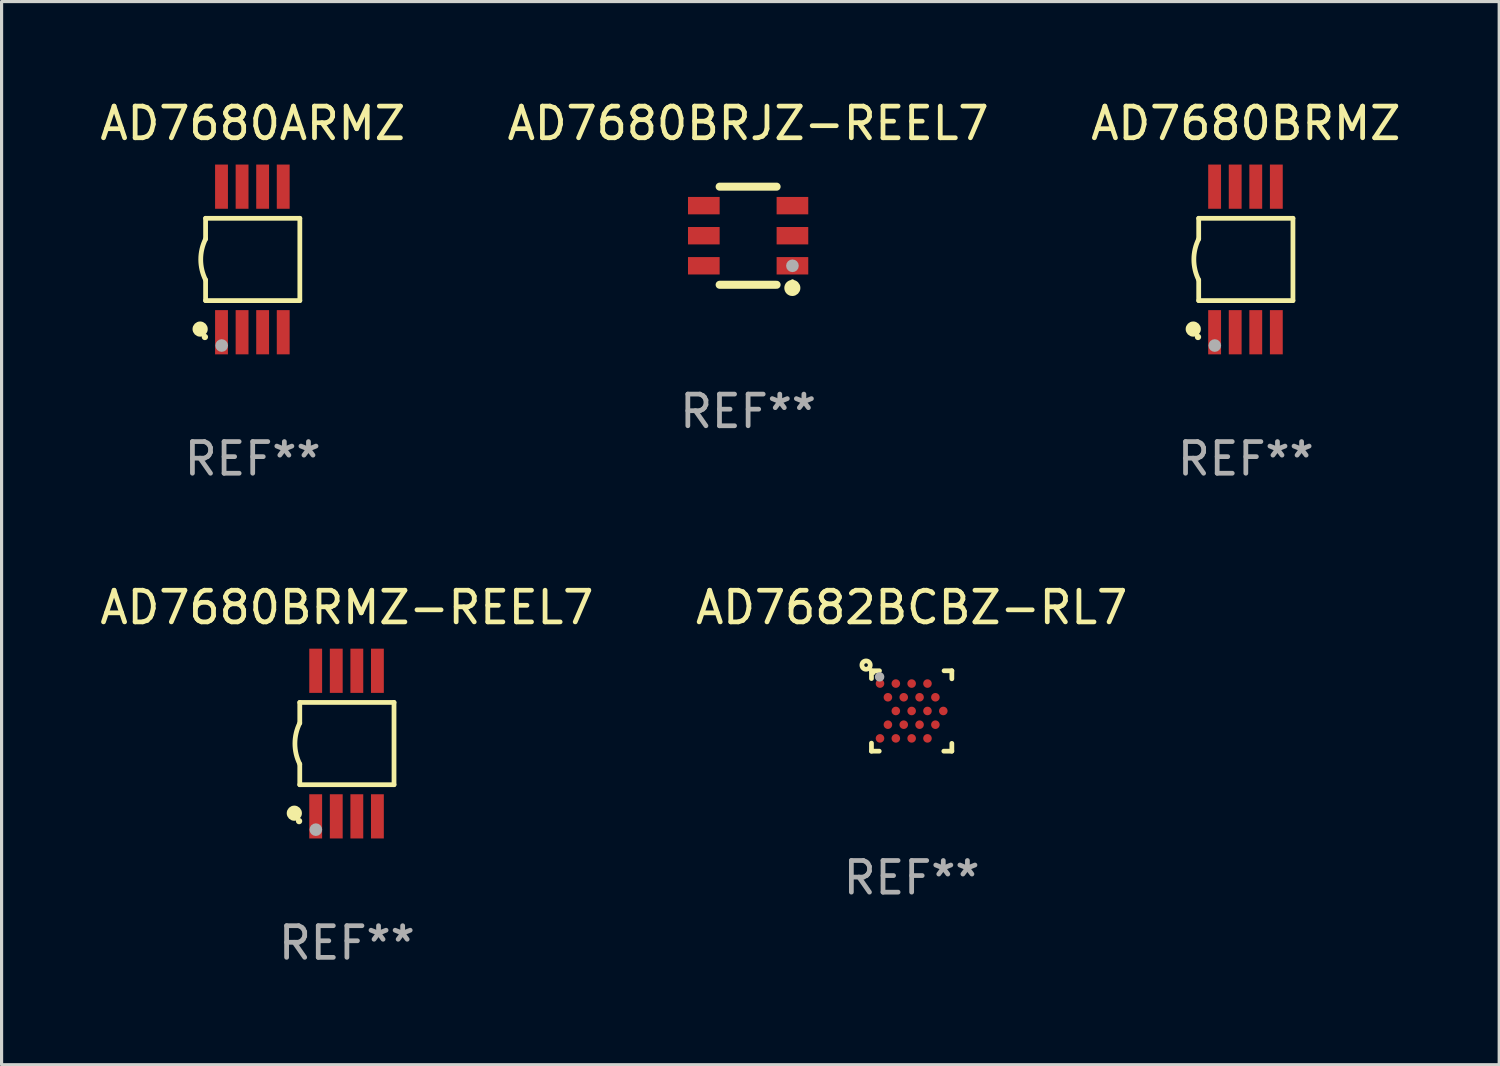
<source format=kicad_pcb>
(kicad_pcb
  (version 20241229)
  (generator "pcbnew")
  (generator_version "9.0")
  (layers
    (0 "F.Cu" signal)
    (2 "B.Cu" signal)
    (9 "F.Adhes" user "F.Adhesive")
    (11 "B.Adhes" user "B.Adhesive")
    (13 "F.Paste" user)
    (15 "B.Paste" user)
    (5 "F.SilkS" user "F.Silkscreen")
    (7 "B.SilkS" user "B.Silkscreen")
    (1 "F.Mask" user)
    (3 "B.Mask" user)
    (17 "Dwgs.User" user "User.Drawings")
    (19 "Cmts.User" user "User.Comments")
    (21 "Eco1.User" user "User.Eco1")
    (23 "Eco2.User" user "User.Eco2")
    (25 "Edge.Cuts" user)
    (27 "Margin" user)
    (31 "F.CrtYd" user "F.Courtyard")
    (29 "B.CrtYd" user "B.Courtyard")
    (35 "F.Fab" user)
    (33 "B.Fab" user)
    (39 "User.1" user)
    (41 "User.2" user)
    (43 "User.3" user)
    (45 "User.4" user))
  (footprint "AD7680BRMZ"
    (layer "F.Cu")
    (at 36.315 5.148)
    (property "Reference" "AD7680BRMZ" (at 0 -4.3 0) (layer "F.SilkS") (effects (font (size 1 1) (thickness 0.15))))
    (attr through_hole)
    (fp_line (start -1.489 -1.3) (end -1.489 -0.648) (stroke (width 0.15) (type solid)) (layer "F.SilkS"))
    (fp_line (start -1.489 0.648) (end -1.489 1.3) (stroke (width 0.15) (type solid)) (layer "F.SilkS"))
    (fp_line (start -1.489 1.3) (end 1.489 1.3) (stroke (width 0.15) (type solid)) (layer "F.SilkS"))
    (fp_line (start 1.489 -1.3) (end -1.489 -1.3) (stroke (width 0.15) (type solid)) (layer "F.SilkS"))
    (fp_line (start 1.489 1.3) (end 1.489 -1.3) (stroke (width 0.15) (type solid)) (layer "F.SilkS"))
    (fp_arc (start -1.489205 0.647702) (mid -1.642107 0) (end -1.489205 -0.647701) (stroke (width 0.150013) (type solid)) (layer "F.SilkS"))
    (fp_circle (center -1.661 2.2) (end -1.541 2.2) (stroke (width 0.24) (type solid)) (fill no) (layer "F.SilkS"))
    (fp_circle (center -1.511 2.45) (end -1.461 2.45) (stroke (width 0.1) (type solid)) (fill no) (layer "F.SilkS"))
    (fp_circle (center -0.981 2.72) (end -0.881 2.72) (stroke (width 0.2) (type solid)) (fill no) (layer "F.Fab"))
    (fp_text user "REF**" (at 0 6.3 0) (layer "F.Fab") (effects (font (size 1 1) (thickness 0.15))))
    (pad "1" smd rect (at -0.986 2.3) (size 0.406 1.397) (layers "F.Cu" "F.Mask" "F.Paste"))
    (pad "2" smd rect (at -0.336 2.3) (size 0.406 1.397) (layers "F.Cu" "F.Mask" "F.Paste"))
    (pad "3" smd rect (at 0.314 2.3) (size 0.406 1.397) (layers "F.Cu" "F.Mask" "F.Paste"))
    (pad "4" smd rect (at 0.964 2.3) (size 0.406 1.397) (layers "F.Cu" "F.Mask" "F.Paste"))
    (pad "5" smd rect (at 0.964 -2.3) (size 0.406 1.397) (layers "F.Cu" "F.Mask" "F.Paste"))
    (pad "6" smd rect (at 0.314 -2.3) (size 0.406 1.397) (layers "F.Cu" "F.Mask" "F.Paste"))
    (pad "7" smd rect (at -0.336 -2.3) (size 0.406 1.397) (layers "F.Cu" "F.Mask" "F.Paste"))
    (pad "8" smd rect (at -0.986 -2.3) (size 0.406 1.397) (layers "F.Cu" "F.Mask" "F.Paste")))
  (footprint "AD7682BCBZ-RL7"
    (layer "F.Cu")
    (at 25.756 19.415)
    (property "Reference" "AD7682BCBZ-RL7" (at 0 -3.27 0) (layer "F.SilkS") (effects (font (size 1 1) (thickness 0.15))))
    (attr through_hole)
    (fp_line (start -1.27 -1.27) (end -1.016 -1.27) (stroke (width 0.15) (type solid)) (layer "F.SilkS"))
    (fp_line (start -1.27 -1.024) (end -1.27 -1.27) (stroke (width 0.15) (type solid)) (layer "F.SilkS"))
    (fp_line (start -1.27 1.27) (end -1.27 1.016) (stroke (width 0.15) (type solid)) (layer "F.SilkS"))
    (fp_line (start -1.024 1.27) (end -1.27 1.27) (stroke (width 0.15) (type solid)) (layer "F.SilkS"))
    (fp_line (start 1.024 -1.27) (end 1.27 -1.27) (stroke (width 0.15) (type solid)) (layer "F.SilkS"))
    (fp_line (start 1.27 -1.27) (end 1.27 -1.016) (stroke (width 0.15) (type solid)) (layer "F.SilkS"))
    (fp_line (start 1.27 1.024) (end 1.27 1.27) (stroke (width 0.15) (type solid)) (layer "F.SilkS"))
    (fp_line (start 1.27 1.27) (end 1.016 1.27) (stroke (width 0.15) (type solid)) (layer "F.SilkS"))
    (fp_circle (center -1.44 -1.45) (end -1.383 -1.45) (stroke (width 0.15) (type solid)) (fill no) (layer "F.SilkS"))
    (fp_circle (center -1.2 -1.2) (end -1.17 -1.2) (stroke (width 0.06) (type solid)) (fill no) (layer "F.SilkS"))
    (fp_circle (center -1.012 -1.078) (end -0.937 -1.078) (stroke (width 0.15) (type solid)) (fill no) (layer "F.Fab"))
    (fp_text user "REF**" (at 0 5.27 0) (layer "F.Fab") (effects (font (size 1 1) (thickness 0.15))))
    (pad "A1" smd circle (at -1 -0.866) (size 0.27 0.27) (layers "F.Cu" "F.Mask" "F.Paste"))
    (pad "A3" smd circle (at -0.5 -0.866) (size 0.27 0.27) (layers "F.Cu" "F.Mask" "F.Paste"))
    (pad "A5" smd circle (at 0 -0.866) (size 0.27 0.27) (layers "F.Cu" "F.Mask" "F.Paste"))
    (pad "A7" smd circle (at 0.5 -0.866) (size 0.27 0.27) (layers "F.Cu" "F.Mask" "F.Paste"))
    (pad "B2" smd circle (at -0.75 -0.433) (size 0.27 0.27) (layers "F.Cu" "F.Mask" "F.Paste"))
    (pad "B4" smd circle (at -0.25 -0.433) (size 0.27 0.27) (layers "F.Cu" "F.Mask" "F.Paste"))
    (pad "B6" smd circle (at 0.25 -0.433) (size 0.27 0.27) (layers "F.Cu" "F.Mask" "F.Paste"))
    (pad "B8" smd circle (at 0.75 -0.433) (size 0.27 0.27) (layers "F.Cu" "F.Mask" "F.Paste"))
    (pad "C3" smd circle (at -0.5 -0.000102) (size 0.27 0.27) (layers "F.Cu" "F.Mask" "F.Paste"))
    (pad "C5" smd circle (at 0 -0.000102) (size 0.27 0.27) (layers "F.Cu" "F.Mask" "F.Paste"))
    (pad "C7" smd circle (at 0.5 -0.000102) (size 0.27 0.27) (layers "F.Cu" "F.Mask" "F.Paste"))
    (pad "C9" smd circle (at 1 -0.000102) (size 0.27 0.27) (layers "F.Cu" "F.Mask" "F.Paste"))
    (pad "D2" smd circle (at -0.75 0.433) (size 0.27 0.27) (layers "F.Cu" "F.Mask" "F.Paste"))
    (pad "D4" smd circle (at -0.25 0.433) (size 0.27 0.27) (layers "F.Cu" "F.Mask" "F.Paste"))
    (pad "D6" smd circle (at 0.25 0.433) (size 0.27 0.27) (layers "F.Cu" "F.Mask" "F.Paste"))
    (pad "D8" smd circle (at 0.75 0.433) (size 0.27 0.27) (layers "F.Cu" "F.Mask" "F.Paste"))
    (pad "E1" smd circle (at -1 0.866) (size 0.27 0.27) (layers "F.Cu" "F.Mask" "F.Paste"))
    (pad "E3" smd circle (at -0.5 0.866) (size 0.27 0.27) (layers "F.Cu" "F.Mask" "F.Paste"))
    (pad "E5" smd circle (at 0 0.866) (size 0.27 0.27) (layers "F.Cu" "F.Mask" "F.Paste"))
    (pad "E7" smd circle (at 0.5 0.866) (size 0.27 0.27) (layers "F.Cu" "F.Mask" "F.Paste")))
  (footprint "AD7680BRJZ-REEL7"
    (layer "F.Cu")
    (at 20.589 4.398)
    (property "Reference" "AD7680BRJZ-REEL7" (at 0 -3.55 0) (layer "F.SilkS") (effects (font (size 1 1) (thickness 0.15))))
    (attr through_hole)
    (fp_line (start -0.9 -1.55) (end 0.9 -1.55) (stroke (width 0.254) (type solid)) (layer "F.SilkS"))
    (fp_line (start -0.9 1.55) (end 0.9 1.55) (stroke (width 0.254) (type solid)) (layer "F.SilkS"))
    (fp_circle (center 1.397 1.651) (end 1.524 1.651) (stroke (width 0.254) (type solid)) (fill no) (layer "F.SilkS"))
    (fp_circle (center 1.4 1.435) (end 1.43 1.435) (stroke (width 0.06) (type solid)) (fill no) (layer "F.SilkS"))
    (fp_circle (center 1.4 0.95) (end 1.5 0.95) (stroke (width 0.2) (type solid)) (fill no) (layer "F.Fab"))
    (fp_text user "REF**" (at 0 5.55 0) (layer "F.Fab") (effects (font (size 1 1) (thickness 0.15))))
    (pad "1" smd rect (at 1.4 0.95) (size 1 0.55) (layers "F.Cu" "F.Mask" "F.Paste"))
    (pad "2" smd rect (at 1.4 -0.000102) (size 1 0.55) (layers "F.Cu" "F.Mask" "F.Paste"))
    (pad "3" smd rect (at 1.4 -0.95) (size 1 0.55) (layers "F.Cu" "F.Mask" "F.Paste"))
    (pad "4" smd rect (at -1.4 -0.95) (size 1 0.55) (layers "F.Cu" "F.Mask" "F.Paste"))
    (pad "5" smd rect (at -1.4 -0.000102) (size 1 0.55) (layers "F.Cu" "F.Mask" "F.Paste"))
    (pad "6" smd rect (at -1.4 0.95) (size 1 0.55) (layers "F.Cu" "F.Mask" "F.Paste")))
  (footprint "AD7680ARMZ"
    (layer "F.Cu")
    (at 4.935 5.148)
    (property "Reference" "AD7680ARMZ" (at 0 -4.3 0) (layer "F.SilkS") (effects (font (size 1 1) (thickness 0.15))))
    (attr through_hole)
    (fp_line (start -1.489 -1.3) (end -1.489 -0.648) (stroke (width 0.15) (type solid)) (layer "F.SilkS"))
    (fp_line (start -1.489 0.648) (end -1.489 1.3) (stroke (width 0.15) (type solid)) (layer "F.SilkS"))
    (fp_line (start -1.489 1.3) (end 1.489 1.3) (stroke (width 0.15) (type solid)) (layer "F.SilkS"))
    (fp_line (start 1.489 -1.3) (end -1.489 -1.3) (stroke (width 0.15) (type solid)) (layer "F.SilkS"))
    (fp_line (start 1.489 1.3) (end 1.489 -1.3) (stroke (width 0.15) (type solid)) (layer "F.SilkS"))
    (fp_arc (start -1.489205 0.647702) (mid -1.642107 0) (end -1.489205 -0.647701) (stroke (width 0.150013) (type solid)) (layer "F.SilkS"))
    (fp_circle (center -1.661 2.2) (end -1.541 2.2) (stroke (width 0.24) (type solid)) (fill no) (layer "F.SilkS"))
    (fp_circle (center -1.511 2.45) (end -1.461 2.45) (stroke (width 0.1) (type solid)) (fill no) (layer "F.SilkS"))
    (fp_circle (center -0.981 2.72) (end -0.881 2.72) (stroke (width 0.2) (type solid)) (fill no) (layer "F.Fab"))
    (fp_text user "REF**" (at 0 6.3 0) (layer "F.Fab") (effects (font (size 1 1) (thickness 0.15))))
    (pad "1" smd rect (at -0.986 2.3) (size 0.406 1.397) (layers "F.Cu" "F.Mask" "F.Paste"))
    (pad "2" smd rect (at -0.336 2.3) (size 0.406 1.397) (layers "F.Cu" "F.Mask" "F.Paste"))
    (pad "3" smd rect (at 0.314 2.3) (size 0.406 1.397) (layers "F.Cu" "F.Mask" "F.Paste"))
    (pad "4" smd rect (at 0.964 2.3) (size 0.406 1.397) (layers "F.Cu" "F.Mask" "F.Paste"))
    (pad "5" smd rect (at 0.964 -2.3) (size 0.406 1.397) (layers "F.Cu" "F.Mask" "F.Paste"))
    (pad "6" smd rect (at 0.314 -2.3) (size 0.406 1.397) (layers "F.Cu" "F.Mask" "F.Paste"))
    (pad "7" smd rect (at -0.336 -2.3) (size 0.406 1.397) (layers "F.Cu" "F.Mask" "F.Paste"))
    (pad "8" smd rect (at -0.986 -2.3) (size 0.406 1.397) (layers "F.Cu" "F.Mask" "F.Paste")))
  (footprint "AD7680BRMZ-REEL7"
    (layer "F.Cu")
    (at 7.911 20.445)
    (property "Reference" "AD7680BRMZ-REEL7" (at 0 -4.3 0) (layer "F.SilkS") (effects (font (size 1 1) (thickness 0.15))))
    (attr through_hole)
    (fp_line (start -1.489 -1.3) (end -1.489 -0.648) (stroke (width 0.15) (type solid)) (layer "F.SilkS"))
    (fp_line (start -1.489 0.648) (end -1.489 1.3) (stroke (width 0.15) (type solid)) (layer "F.SilkS"))
    (fp_line (start -1.489 1.3) (end 1.489 1.3) (stroke (width 0.15) (type solid)) (layer "F.SilkS"))
    (fp_line (start 1.489 -1.3) (end -1.489 -1.3) (stroke (width 0.15) (type solid)) (layer "F.SilkS"))
    (fp_line (start 1.489 1.3) (end 1.489 -1.3) (stroke (width 0.15) (type solid)) (layer "F.SilkS"))
    (fp_arc (start -1.489205 0.647702) (mid -1.642107 0) (end -1.489205 -0.647701) (stroke (width 0.150013) (type solid)) (layer "F.SilkS"))
    (fp_circle (center -1.661 2.2) (end -1.541 2.2) (stroke (width 0.24) (type solid)) (fill no) (layer "F.SilkS"))
    (fp_circle (center -1.511 2.45) (end -1.461 2.45) (stroke (width 0.1) (type solid)) (fill no) (layer "F.SilkS"))
    (fp_circle (center -0.981 2.72) (end -0.881 2.72) (stroke (width 0.2) (type solid)) (fill no) (layer "F.Fab"))
    (fp_text user "REF**" (at 0 6.3 0) (layer "F.Fab") (effects (font (size 1 1) (thickness 0.15))))
    (pad "1" smd rect (at -0.986 2.3) (size 0.406 1.397) (layers "F.Cu" "F.Mask" "F.Paste"))
    (pad "2" smd rect (at -0.336 2.3) (size 0.406 1.397) (layers "F.Cu" "F.Mask" "F.Paste"))
    (pad "3" smd rect (at 0.314 2.3) (size 0.406 1.397) (layers "F.Cu" "F.Mask" "F.Paste"))
    (pad "4" smd rect (at 0.964 2.3) (size 0.406 1.397) (layers "F.Cu" "F.Mask" "F.Paste"))
    (pad "5" smd rect (at 0.964 -2.3) (size 0.406 1.397) (layers "F.Cu" "F.Mask" "F.Paste"))
    (pad "6" smd rect (at 0.314 -2.3) (size 0.406 1.397) (layers "F.Cu" "F.Mask" "F.Paste"))
    (pad "7" smd rect (at -0.336 -2.3) (size 0.406 1.397) (layers "F.Cu" "F.Mask" "F.Paste"))
    (pad "8" smd rect (at -0.986 -2.3) (size 0.406 1.397) (layers "F.Cu" "F.Mask" "F.Paste")))
  (gr_rect
    (start -3 -3)
    (end 44.321 30.593)
    (stroke (width 0.1) (type default))
    (fill no)
    (layer "Edge.Cuts")))
</source>
